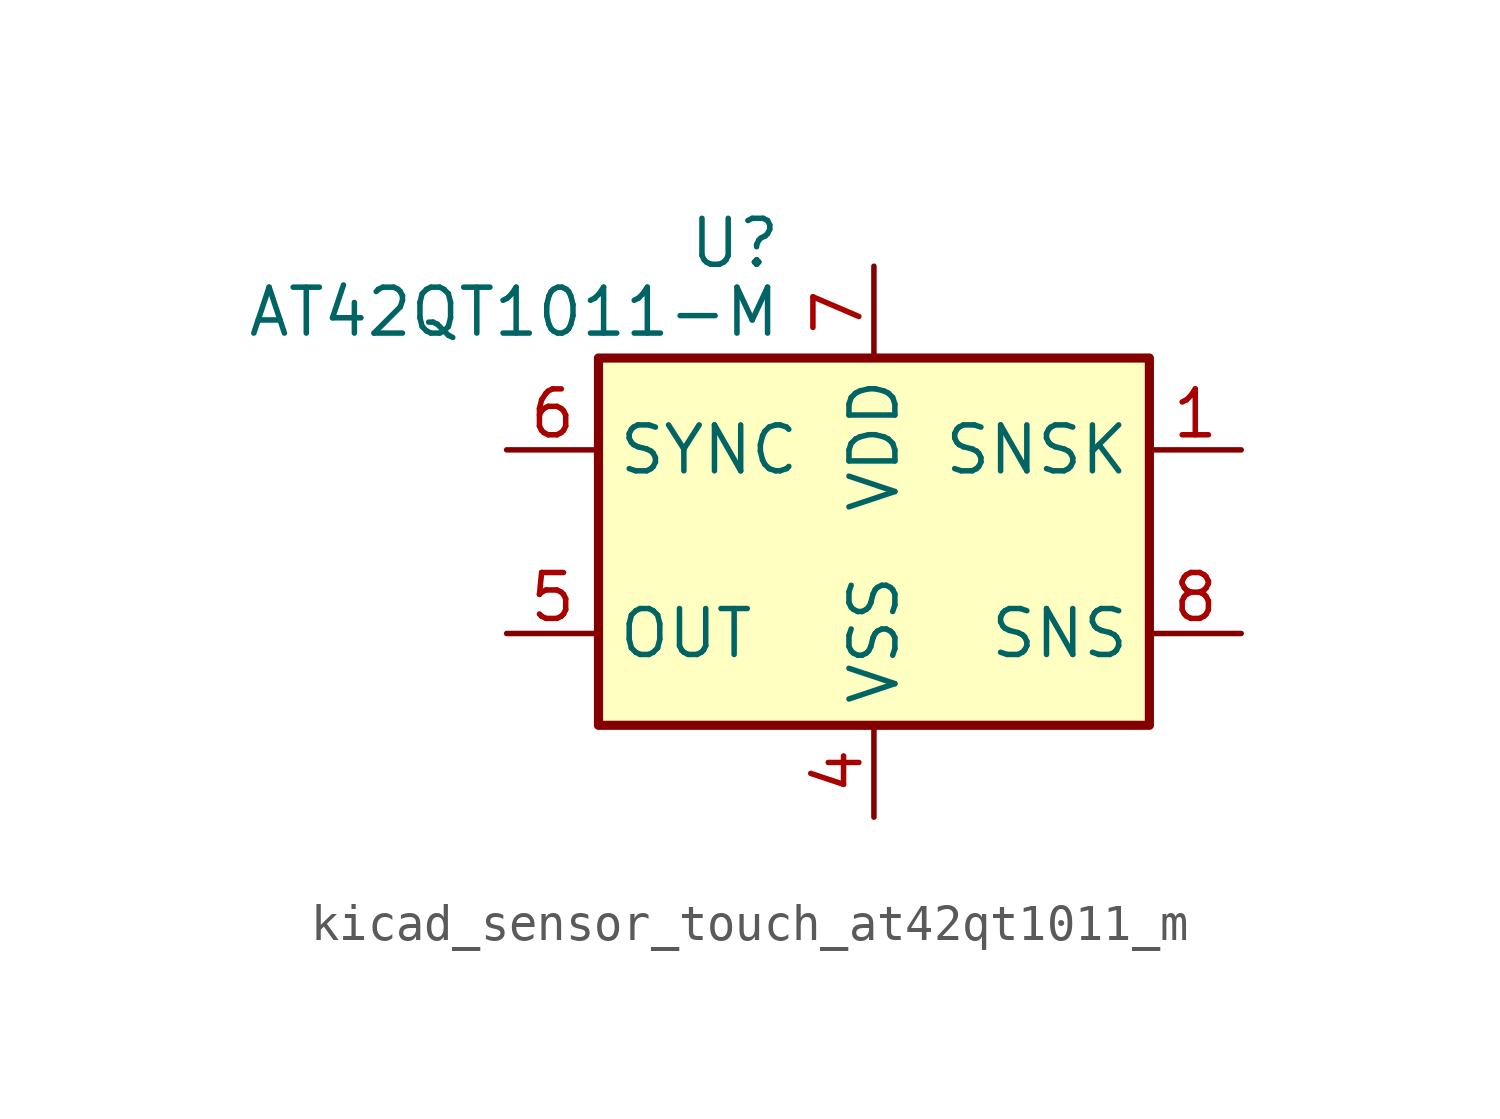
<source format=kicad_sym>
(kicad_symbol_lib
  (version 20220914)
  (generator kicad_symbol_editor)
  (symbol "kicad_sensor_touch_at42qt1011_m"
    (property "Reference" "U"
      (at -2.54 8.255 0)
      (effects (font (size 1.27 1.27)) (justify right)))
    (property "Value" "AT42QT1011-M"
      (at -2.54 6.35 0)
      (effects (font (size 1.27 1.27)) (justify right)))
    (symbol "kicad_sensor_touch_at42qt1011_m_0_1"
      (rectangle (start -7.62 5.08) (end 7.62 -5.08) (stroke (width 0.254) (type default)) (fill (type background))))
    (symbol "kicad_sensor_touch_at42qt1011_m_1_1"
      (pin passive line (at 10.16 2.54 180) (length 2.54) (name "SNSK" (effects (font (size 1.27 1.27)))) (number "1" (effects (font (size 1.27 1.27)))))
      (pin no_connect line (at -7.62 0 0) (length 2.54) hide (name "NC" (effects (font (size 1.27 1.27)))) (number "2" (effects (font (size 1.27 1.27)))))
      (pin no_connect line (at 7.62 0 180) (length 2.54) hide (name "NC" (effects (font (size 1.27 1.27)))) (number "3" (effects (font (size 1.27 1.27)))))
      (pin power_in line (at 0 -7.62 90) (length 2.54) (name "VSS" (effects (font (size 1.27 1.27)))) (number "4" (effects (font (size 1.27 1.27)))))
      (pin output line (at -10.16 -2.54 0) (length 2.54) (name "OUT" (effects (font (size 1.27 1.27)))) (number "5" (effects (font (size 1.27 1.27)))))
      (pin input line (at -10.16 2.54 0) (length 2.54) (name "SYNC" (effects (font (size 1.27 1.27)))) (number "6" (effects (font (size 1.27 1.27)))))
      (pin power_in line (at 0 7.62 270) (length 2.54) (name "VDD" (effects (font (size 1.27 1.27)))) (number "7" (effects (font (size 1.27 1.27)))))
      (pin passive line (at 10.16 -2.54 180) (length 2.54) (name "SNS" (effects (font (size 1.27 1.27)))) (number "8" (effects (font (size 1.27 1.27)))))
      (pin passive line (at 0 -7.62 90) (length 2.54) hide (name "VSS" (effects (font (size 1.27 1.27)))) (number "9" (effects (font (size 1.27 1.27))))))))
</source>
